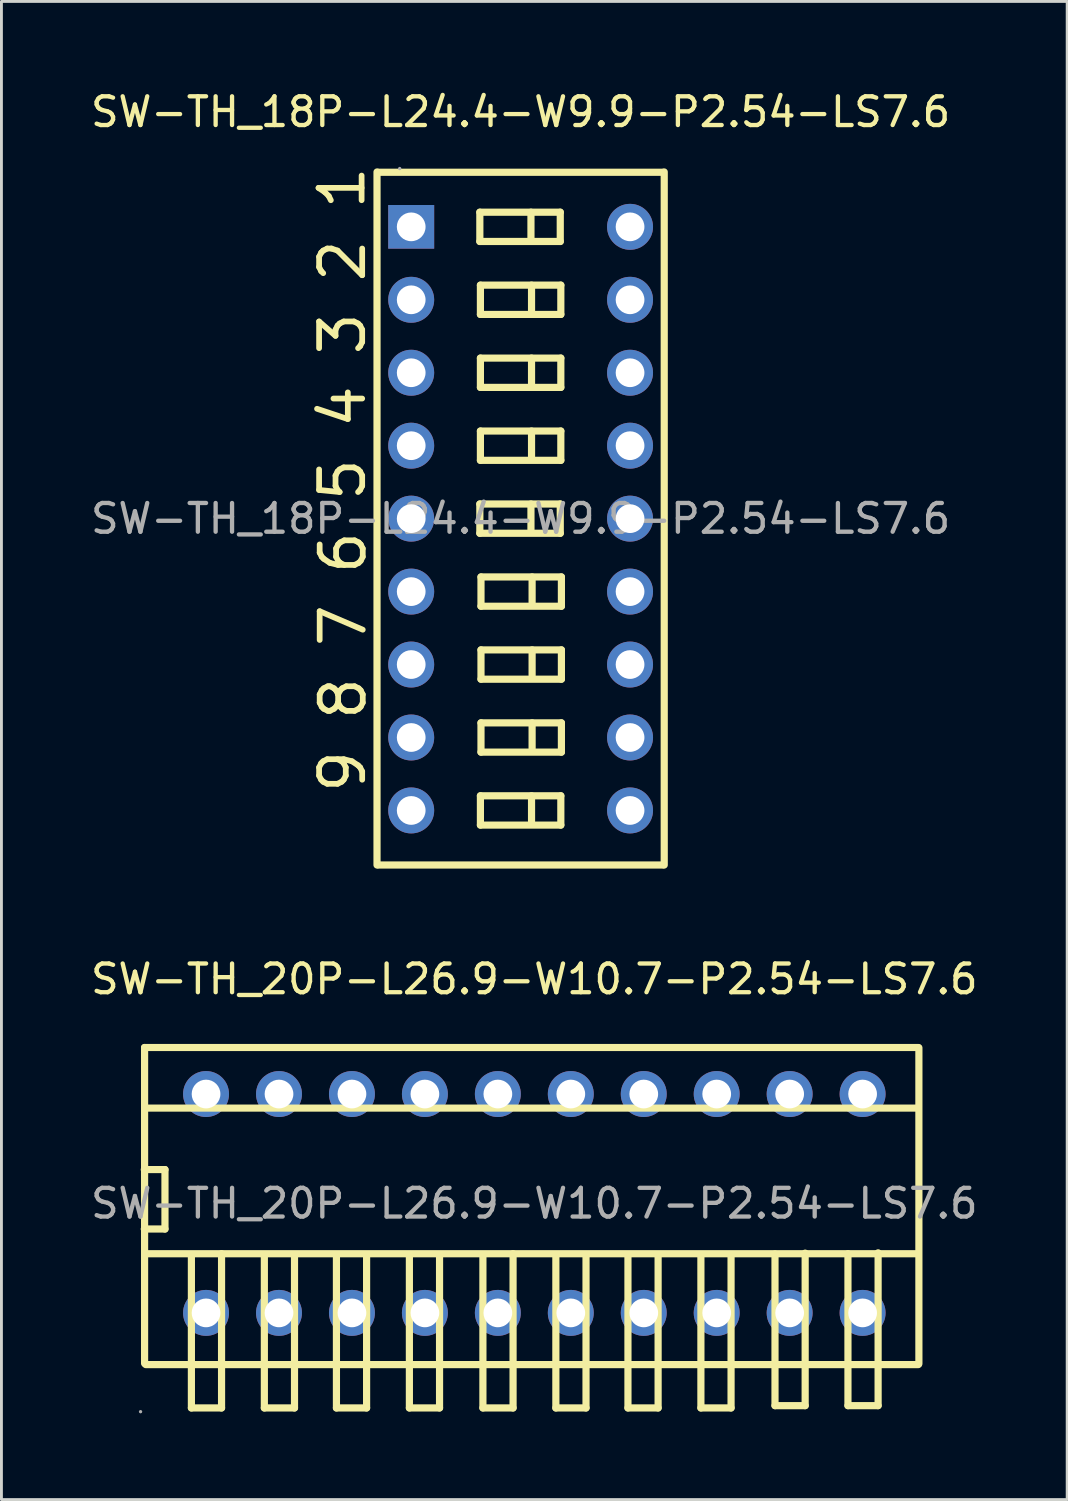
<source format=kicad_pcb>
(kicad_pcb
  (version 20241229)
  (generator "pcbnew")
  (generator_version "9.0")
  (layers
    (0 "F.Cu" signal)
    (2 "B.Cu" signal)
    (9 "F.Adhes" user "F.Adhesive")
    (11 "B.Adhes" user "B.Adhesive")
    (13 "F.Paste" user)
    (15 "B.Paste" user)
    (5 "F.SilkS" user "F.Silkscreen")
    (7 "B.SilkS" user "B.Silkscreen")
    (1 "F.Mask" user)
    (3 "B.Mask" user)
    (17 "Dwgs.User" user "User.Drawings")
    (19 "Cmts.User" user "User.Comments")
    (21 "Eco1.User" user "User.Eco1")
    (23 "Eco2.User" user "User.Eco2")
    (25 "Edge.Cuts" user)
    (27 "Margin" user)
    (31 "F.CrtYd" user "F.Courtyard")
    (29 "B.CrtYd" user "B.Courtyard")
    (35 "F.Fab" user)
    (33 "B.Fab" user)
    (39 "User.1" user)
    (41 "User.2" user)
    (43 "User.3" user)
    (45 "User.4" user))
  (footprint "SW-TH_20P-L26.9-W10.7-P2.54-LS7.6"
    (layer "F.Cu")
    (at 15.554 38.852)
    (property "Reference" "SW-TH_20P-L26.9-W10.7-P2.54-LS7.6" (at 0 -7.81 0) (layer "F.SilkS") (effects (font (size 1 1) (thickness 0.15))))
    (attr through_hole)
    (fp_line (start -13.58 -1.18) (end -12.86 -1.18) (stroke (width 0.25) (type solid)) (layer "F.SilkS"))
    (fp_line (start -13.57 -5.43) (end -13.57 5.57) (stroke (width 0.25) (type solid)) (layer "F.SilkS"))
    (fp_line (start -13.57 -5.43) (end 13.37 -5.43) (stroke (width 0.25) (type solid)) (layer "F.SilkS"))
    (fp_line (start -13.53 1.75) (end 13.37 1.75) (stroke (width 0.25) (type solid)) (layer "F.SilkS"))
    (fp_line (start -13.52 -3.32) (end 13.37 -3.32) (stroke (width 0.25) (type solid)) (layer "F.SilkS"))
    (fp_line (start -12.86 -1.18) (end -12.86 0.89) (stroke (width 0.25) (type solid)) (layer "F.SilkS"))
    (fp_line (start -12.86 0.89) (end -13.58 0.89) (stroke (width 0.25) (type solid)) (layer "F.SilkS"))
    (fp_line (start -11.94 1.78) (end -11.94 7.12) (stroke (width 0.25) (type solid)) (layer "F.SilkS"))
    (fp_line (start -11.94 7.12) (end -10.89 7.12) (stroke (width 0.25) (type solid)) (layer "F.SilkS"))
    (fp_line (start -10.89 7.12) (end -10.89 1.75) (stroke (width 0.25) (type solid)) (layer "F.SilkS"))
    (fp_line (start -9.4 1.83) (end -9.4 7.12) (stroke (width 0.25) (type solid)) (layer "F.SilkS"))
    (fp_line (start -9.4 7.12) (end -8.35 7.12) (stroke (width 0.25) (type solid)) (layer "F.SilkS"))
    (fp_line (start -8.35 7.12) (end -8.35 1.8) (stroke (width 0.25) (type solid)) (layer "F.SilkS"))
    (fp_line (start -6.89 1.84) (end -6.89 7.12) (stroke (width 0.25) (type solid)) (layer "F.SilkS"))
    (fp_line (start -6.89 7.12) (end -5.84 7.12) (stroke (width 0.25) (type solid)) (layer "F.SilkS"))
    (fp_line (start -5.84 7.12) (end -5.84 1.81) (stroke (width 0.25) (type solid)) (layer "F.SilkS"))
    (fp_line (start -4.35 1.83) (end -4.35 7.12) (stroke (width 0.25) (type solid)) (layer "F.SilkS"))
    (fp_line (start -4.35 7.12) (end -3.3 7.12) (stroke (width 0.25) (type solid)) (layer "F.SilkS"))
    (fp_line (start -3.3 7.12) (end -3.3 1.8) (stroke (width 0.25) (type solid)) (layer "F.SilkS"))
    (fp_line (start -1.79 1.78) (end -1.79 7.12) (stroke (width 0.25) (type solid)) (layer "F.SilkS"))
    (fp_line (start -1.79 7.12) (end -0.74 7.12) (stroke (width 0.25) (type solid)) (layer "F.SilkS"))
    (fp_line (start -0.74 7.12) (end -0.74 1.75) (stroke (width 0.25) (type solid)) (layer "F.SilkS"))
    (fp_line (start 0.75 1.83) (end 0.75 7.12) (stroke (width 0.25) (type solid)) (layer "F.SilkS"))
    (fp_line (start 0.75 7.12) (end 1.8 7.12) (stroke (width 0.25) (type solid)) (layer "F.SilkS"))
    (fp_line (start 1.8 7.12) (end 1.8 1.8) (stroke (width 0.25) (type solid)) (layer "F.SilkS"))
    (fp_line (start 3.26 1.84) (end 3.26 7.12) (stroke (width 0.25) (type solid)) (layer "F.SilkS"))
    (fp_line (start 3.26 7.12) (end 4.31 7.12) (stroke (width 0.25) (type solid)) (layer "F.SilkS"))
    (fp_line (start 4.31 7.12) (end 4.31 1.81) (stroke (width 0.25) (type solid)) (layer "F.SilkS"))
    (fp_line (start 5.8 1.83) (end 5.8 7.12) (stroke (width 0.25) (type solid)) (layer "F.SilkS"))
    (fp_line (start 5.8 7.12) (end 6.85 7.12) (stroke (width 0.25) (type solid)) (layer "F.SilkS"))
    (fp_line (start 6.85 7.12) (end 6.85 1.8) (stroke (width 0.25) (type solid)) (layer "F.SilkS"))
    (fp_line (start 8.38 1.76) (end 8.38 7.04) (stroke (width 0.25) (type solid)) (layer "F.SilkS"))
    (fp_line (start 8.38 7.04) (end 9.43 7.04) (stroke (width 0.25) (type solid)) (layer "F.SilkS"))
    (fp_line (start 9.43 7.04) (end 9.43 1.73) (stroke (width 0.25) (type solid)) (layer "F.SilkS"))
    (fp_line (start 10.92 1.75) (end 10.92 7.04) (stroke (width 0.25) (type solid)) (layer "F.SilkS"))
    (fp_line (start 10.92 7.04) (end 11.97 7.04) (stroke (width 0.25) (type solid)) (layer "F.SilkS"))
    (fp_line (start 11.97 7.04) (end 11.97 1.72) (stroke (width 0.25) (type solid)) (layer "F.SilkS"))
    (fp_line (start 13.37 5.61) (end -13.53 5.61) (stroke (width 0.25) (type solid)) (layer "F.SilkS"))
    (fp_line (start 13.39 5.58) (end 13.39 -5.42) (stroke (width 0.25) (type solid)) (layer "F.SilkS"))
    (fp_circle (center -13.71 7.25) (end -13.68 7.25) (stroke (width 0.06) (type solid)) (fill no) (layer "F.Fab"))
    (fp_circle (center -11.43 -3.81) (end -11.23 -3.81) (stroke (width 0.4) (type solid)) (fill no) (layer "F.Fab"))
    (fp_circle (center -11.43 3.81) (end -11.23 3.81) (stroke (width 0.4) (type solid)) (fill no) (layer "F.Fab"))
    (fp_circle (center -8.89 -3.81) (end -8.69 -3.81) (stroke (width 0.4) (type solid)) (fill no) (layer "F.Fab"))
    (fp_circle (center -8.89 3.81) (end -8.69 3.81) (stroke (width 0.4) (type solid)) (fill no) (layer "F.Fab"))
    (fp_circle (center -6.35 -3.81) (end -6.15 -3.81) (stroke (width 0.4) (type solid)) (fill no) (layer "F.Fab"))
    (fp_circle (center -6.35 3.81) (end -6.15 3.81) (stroke (width 0.4) (type solid)) (fill no) (layer "F.Fab"))
    (fp_circle (center -3.81 -3.81) (end -3.61 -3.81) (stroke (width 0.4) (type solid)) (fill no) (layer "F.Fab"))
    (fp_circle (center -3.81 3.81) (end -3.61 3.81) (stroke (width 0.4) (type solid)) (fill no) (layer "F.Fab"))
    (fp_circle (center -1.27 -3.81) (end -1.07 -3.81) (stroke (width 0.4) (type solid)) (fill no) (layer "F.Fab"))
    (fp_circle (center -1.27 3.81) (end -1.07 3.81) (stroke (width 0.4) (type solid)) (fill no) (layer "F.Fab"))
    (fp_circle (center 1.27 -3.81) (end 1.47 -3.81) (stroke (width 0.4) (type solid)) (fill no) (layer "F.Fab"))
    (fp_circle (center 1.27 3.81) (end 1.47 3.81) (stroke (width 0.4) (type solid)) (fill no) (layer "F.Fab"))
    (fp_circle (center 3.81 -3.81) (end 4.01 -3.81) (stroke (width 0.4) (type solid)) (fill no) (layer "F.Fab"))
    (fp_circle (center 3.81 3.81) (end 4.01 3.81) (stroke (width 0.4) (type solid)) (fill no) (layer "F.Fab"))
    (fp_circle (center 6.35 -3.81) (end 6.55 -3.81) (stroke (width 0.4) (type solid)) (fill no) (layer "F.Fab"))
    (fp_circle (center 6.35 3.81) (end 6.55 3.81) (stroke (width 0.4) (type solid)) (fill no) (layer "F.Fab"))
    (fp_circle (center 8.89 -3.81) (end 9.09 -3.81) (stroke (width 0.4) (type solid)) (fill no) (layer "F.Fab"))
    (fp_circle (center 8.89 3.81) (end 9.09 3.81) (stroke (width 0.4) (type solid)) (fill no) (layer "F.Fab"))
    (fp_circle (center 11.43 -3.81) (end 11.63 -3.81) (stroke (width 0.4) (type solid)) (fill no) (layer "F.Fab"))
    (fp_circle (center 11.43 3.81) (end 11.63 3.81) (stroke (width 0.4) (type solid)) (fill no) (layer "F.Fab"))
    (fp_text user "${REFERENCE}" (at 0 0 0) (layer "F.Fab") (effects (font (size 1 1) (thickness 0.15))))
    (pad "1" thru_hole circle (at -11.43 3.81) (size 1.6 1.6) (drill 1) (layers "*.Cu" "*.Paste" "*.Mask"))
    (pad "2" thru_hole circle (at -8.89 3.81) (size 1.6 1.6) (drill 1) (layers "*.Cu" "*.Paste" "*.Mask"))
    (pad "3" thru_hole circle (at -6.35 3.81) (size 1.6 1.6) (drill 1) (layers "*.Cu" "*.Paste" "*.Mask"))
    (pad "4" thru_hole circle (at -3.81 3.81) (size 1.6 1.6) (drill 1) (layers "*.Cu" "*.Paste" "*.Mask"))
    (pad "5" thru_hole circle (at -1.27 3.81) (size 1.6 1.6) (drill 1) (layers "*.Cu" "*.Paste" "*.Mask"))
    (pad "6" thru_hole circle (at 1.27 3.81) (size 1.6 1.6) (drill 1) (layers "*.Cu" "*.Paste" "*.Mask"))
    (pad "7" thru_hole circle (at 3.81 3.81) (size 1.6 1.6) (drill 1) (layers "*.Cu" "*.Paste" "*.Mask"))
    (pad "8" thru_hole circle (at 6.35 3.81) (size 1.6 1.6) (drill 1) (layers "*.Cu" "*.Paste" "*.Mask"))
    (pad "9" thru_hole circle (at 8.89 3.81) (size 1.6 1.6) (drill 1) (layers "*.Cu" "*.Paste" "*.Mask"))
    (pad "10" thru_hole circle (at 11.43 3.81) (size 1.6 1.6) (drill 1) (layers "*.Cu" "*.Paste" "*.Mask"))
    (pad "11" thru_hole circle (at 11.43 -3.81) (size 1.6 1.6) (drill 1) (layers "*.Cu" "*.Paste" "*.Mask"))
    (pad "12" thru_hole circle (at 8.89 -3.81) (size 1.6 1.6) (drill 1) (layers "*.Cu" "*.Paste" "*.Mask"))
    (pad "13" thru_hole circle (at 6.35 -3.81) (size 1.6 1.6) (drill 1) (layers "*.Cu" "*.Paste" "*.Mask"))
    (pad "14" thru_hole circle (at 3.81 -3.81) (size 1.6 1.6) (drill 1) (layers "*.Cu" "*.Paste" "*.Mask"))
    (pad "15" thru_hole circle (at 1.27 -3.81) (size 1.6 1.6) (drill 1) (layers "*.Cu" "*.Paste" "*.Mask"))
    (pad "16" thru_hole circle (at -1.27 -3.81) (size 1.6 1.6) (drill 1) (layers "*.Cu" "*.Paste" "*.Mask"))
    (pad "17" thru_hole circle (at -3.81 -3.81) (size 1.6 1.6) (drill 1) (layers "*.Cu" "*.Paste" "*.Mask"))
    (pad "18" thru_hole circle (at -6.35 -3.81) (size 1.6 1.6) (drill 1) (layers "*.Cu" "*.Paste" "*.Mask"))
    (pad "19" thru_hole circle (at -8.89 -3.81) (size 1.6 1.6) (drill 1) (layers "*.Cu" "*.Paste" "*.Mask"))
    (pad "20" thru_hole circle (at -11.43 -3.81) (size 1.6 1.6) (drill 1) (layers "*.Cu" "*.Paste" "*.Mask")))
  (footprint "SW-TH_18P-L24.4-W9.9-P2.54-LS7.6"
    (layer "F.Cu")
    (at 15.077 15.008)
    (property "Reference" "SW-TH_18P-L24.4-W9.9-P2.54-LS7.6" (at 0 -14.16 0) (layer "F.SilkS") (effects (font (size 1 1) (thickness 0.15))))
    (attr through_hole)
    (fp_line (start -5 -12.07) (end -5 12.06) (stroke (width 0.25) (type solid)) (layer "F.SilkS"))
    (fp_line (start -4.95 -12.06) (end 4.95 -12.06) (stroke (width 0.25) (type solid)) (layer "F.SilkS"))
    (fp_line (start -4.95 12.06) (end 4.95 12.06) (stroke (width 0.25) (type solid)) (layer "F.SilkS"))
    (fp_line (start -1.42 -10.67) (end -1.42 -9.65) (stroke (width 0.25) (type solid)) (layer "F.SilkS"))
    (fp_line (start -1.42 -9.65) (end 1.38 -9.65) (stroke (width 0.25) (type solid)) (layer "F.SilkS"))
    (fp_line (start -1.42 -0.51) (end -1.42 0.51) (stroke (width 0.25) (type solid)) (layer "F.SilkS"))
    (fp_line (start -1.42 0.51) (end 1.38 0.51) (stroke (width 0.25) (type solid)) (layer "F.SilkS"))
    (fp_line (start -1.4 -8.13) (end -1.4 -7.11) (stroke (width 0.25) (type solid)) (layer "F.SilkS"))
    (fp_line (start -1.4 -7.11) (end 1.4 -7.11) (stroke (width 0.25) (type solid)) (layer "F.SilkS"))
    (fp_line (start -1.4 -5.59) (end -1.4 -4.57) (stroke (width 0.25) (type solid)) (layer "F.SilkS"))
    (fp_line (start -1.4 -4.57) (end 1.4 -4.57) (stroke (width 0.25) (type solid)) (layer "F.SilkS"))
    (fp_line (start -1.4 -3.05) (end -1.4 -2.03) (stroke (width 0.25) (type solid)) (layer "F.SilkS"))
    (fp_line (start -1.4 -2.03) (end 1.4 -2.03) (stroke (width 0.25) (type solid)) (layer "F.SilkS"))
    (fp_line (start -1.4 9.65) (end -1.4 10.67) (stroke (width 0.25) (type solid)) (layer "F.SilkS"))
    (fp_line (start -1.4 10.67) (end 1.4 10.67) (stroke (width 0.25) (type solid)) (layer "F.SilkS"))
    (fp_line (start -1.38 2.03) (end -1.38 3.05) (stroke (width 0.25) (type solid)) (layer "F.SilkS"))
    (fp_line (start -1.38 3.05) (end 1.42 3.05) (stroke (width 0.25) (type solid)) (layer "F.SilkS"))
    (fp_line (start -1.38 4.57) (end -1.38 5.59) (stroke (width 0.25) (type solid)) (layer "F.SilkS"))
    (fp_line (start -1.38 5.59) (end 1.42 5.59) (stroke (width 0.25) (type solid)) (layer "F.SilkS"))
    (fp_line (start -1.38 7.11) (end -1.38 8.13) (stroke (width 0.25) (type solid)) (layer "F.SilkS"))
    (fp_line (start -1.38 8.13) (end 1.42 8.13) (stroke (width 0.25) (type solid)) (layer "F.SilkS"))
    (fp_line (start 0.36 -10.67) (end 0.36 -9.78) (stroke (width 0.25) (type solid)) (layer "F.SilkS"))
    (fp_line (start 0.36 -0.51) (end 0.36 0.38) (stroke (width 0.25) (type solid)) (layer "F.SilkS"))
    (fp_line (start 0.38 -8.13) (end 0.38 -7.24) (stroke (width 0.25) (type solid)) (layer "F.SilkS"))
    (fp_line (start 0.38 -5.59) (end 0.38 -4.7) (stroke (width 0.25) (type solid)) (layer "F.SilkS"))
    (fp_line (start 0.38 -3.05) (end 0.38 -2.16) (stroke (width 0.25) (type solid)) (layer "F.SilkS"))
    (fp_line (start 0.38 9.65) (end 0.38 10.54) (stroke (width 0.25) (type solid)) (layer "F.SilkS"))
    (fp_line (start 0.4 2.03) (end 0.4 2.92) (stroke (width 0.25) (type solid)) (layer "F.SilkS"))
    (fp_line (start 0.4 4.57) (end 0.4 5.46) (stroke (width 0.25) (type solid)) (layer "F.SilkS"))
    (fp_line (start 0.4 7.11) (end 0.4 8) (stroke (width 0.25) (type solid)) (layer "F.SilkS"))
    (fp_line (start 1.38 -10.67) (end -1.42 -10.67) (stroke (width 0.25) (type solid)) (layer "F.SilkS"))
    (fp_line (start 1.38 -9.65) (end 1.38 -10.67) (stroke (width 0.25) (type solid)) (layer "F.SilkS"))
    (fp_line (start 1.38 -0.51) (end -1.42 -0.51) (stroke (width 0.25) (type solid)) (layer "F.SilkS"))
    (fp_line (start 1.38 0.51) (end 1.38 -0.51) (stroke (width 0.25) (type solid)) (layer "F.SilkS"))
    (fp_line (start 1.4 -8.13) (end -1.4 -8.13) (stroke (width 0.25) (type solid)) (layer "F.SilkS"))
    (fp_line (start 1.4 -7.11) (end 1.4 -8.13) (stroke (width 0.25) (type solid)) (layer "F.SilkS"))
    (fp_line (start 1.4 -5.59) (end -1.4 -5.59) (stroke (width 0.25) (type solid)) (layer "F.SilkS"))
    (fp_line (start 1.4 -4.57) (end 1.4 -5.59) (stroke (width 0.25) (type solid)) (layer "F.SilkS"))
    (fp_line (start 1.4 -3.05) (end -1.4 -3.05) (stroke (width 0.25) (type solid)) (layer "F.SilkS"))
    (fp_line (start 1.4 -2.03) (end 1.4 -3.05) (stroke (width 0.25) (type solid)) (layer "F.SilkS"))
    (fp_line (start 1.4 9.65) (end -1.4 9.65) (stroke (width 0.25) (type solid)) (layer "F.SilkS"))
    (fp_line (start 1.4 10.67) (end 1.4 9.65) (stroke (width 0.25) (type solid)) (layer "F.SilkS"))
    (fp_line (start 1.42 2.03) (end -1.38 2.03) (stroke (width 0.25) (type solid)) (layer "F.SilkS"))
    (fp_line (start 1.42 3.05) (end 1.42 2.03) (stroke (width 0.25) (type solid)) (layer "F.SilkS"))
    (fp_line (start 1.42 4.57) (end -1.38 4.57) (stroke (width 0.25) (type solid)) (layer "F.SilkS"))
    (fp_line (start 1.42 5.59) (end 1.42 4.57) (stroke (width 0.25) (type solid)) (layer "F.SilkS"))
    (fp_line (start 1.42 7.11) (end -1.38 7.11) (stroke (width 0.25) (type solid)) (layer "F.SilkS"))
    (fp_line (start 1.42 8.13) (end 1.42 7.11) (stroke (width 0.25) (type solid)) (layer "F.SilkS"))
    (fp_line (start 5 -12.07) (end 5 12.06) (stroke (width 0.25) (type solid)) (layer "F.SilkS"))
    (fp_circle (center -4.21 -12.19) (end -4.18 -12.19) (stroke (width 0.06) (type solid)) (fill no) (layer "F.Fab"))
    (fp_circle (center -3.81 -10.16) (end -3.61 -10.16) (stroke (width 0.4) (type solid)) (fill no) (layer "F.Fab"))
    (fp_circle (center -3.81 -7.62) (end -3.61 -7.62) (stroke (width 0.4) (type solid)) (fill no) (layer "F.Fab"))
    (fp_circle (center -3.81 -5.08) (end -3.61 -5.08) (stroke (width 0.4) (type solid)) (fill no) (layer "F.Fab"))
    (fp_circle (center -3.81 -2.54) (end -3.61 -2.54) (stroke (width 0.4) (type solid)) (fill no) (layer "F.Fab"))
    (fp_circle (center -3.81 0) (end -3.61 0) (stroke (width 0.4) (type solid)) (fill no) (layer "F.Fab"))
    (fp_circle (center -3.81 2.54) (end -3.61 2.54) (stroke (width 0.4) (type solid)) (fill no) (layer "F.Fab"))
    (fp_circle (center -3.81 5.08) (end -3.61 5.08) (stroke (width 0.4) (type solid)) (fill no) (layer "F.Fab"))
    (fp_circle (center -3.81 7.62) (end -3.61 7.62) (stroke (width 0.4) (type solid)) (fill no) (layer "F.Fab"))
    (fp_circle (center -3.81 10.16) (end -3.61 10.16) (stroke (width 0.4) (type solid)) (fill no) (layer "F.Fab"))
    (fp_circle (center 3.81 -10.16) (end 4.01 -10.16) (stroke (width 0.4) (type solid)) (fill no) (layer "F.Fab"))
    (fp_circle (center 3.81 -7.62) (end 4.01 -7.62) (stroke (width 0.4) (type solid)) (fill no) (layer "F.Fab"))
    (fp_circle (center 3.81 -5.08) (end 4.01 -5.08) (stroke (width 0.4) (type solid)) (fill no) (layer "F.Fab"))
    (fp_circle (center 3.81 -2.54) (end 4.01 -2.54) (stroke (width 0.4) (type solid)) (fill no) (layer "F.Fab"))
    (fp_circle (center 3.81 0) (end 4.01 0) (stroke (width 0.4) (type solid)) (fill no) (layer "F.Fab"))
    (fp_circle (center 3.81 2.54) (end 4.01 2.54) (stroke (width 0.4) (type solid)) (fill no) (layer "F.Fab"))
    (fp_circle (center 3.81 5.08) (end 4.01 5.08) (stroke (width 0.4) (type solid)) (fill no) (layer "F.Fab"))
    (fp_circle (center 3.81 7.62) (end 4.01 7.62) (stroke (width 0.4) (type solid)) (fill no) (layer "F.Fab"))
    (fp_circle (center 3.81 10.16) (end 4.01 10.16) (stroke (width 0.4) (type solid)) (fill no) (layer "F.Fab"))
    (fp_text user "4" (at -6.2 -3.05 270) (layer "F.SilkS") (effects (font (size 1.5 1.5) (thickness 0.2)) (justify left)))
    (fp_text user "1" (at -6.22 -10.67 270) (layer "F.SilkS") (effects (font (size 1.5 1.5) (thickness 0.2)) (justify left)))
    (fp_text user "2" (at -6.2 -8.13 270) (layer "F.SilkS") (effects (font (size 1.5 1.5) (thickness 0.2)) (justify left)))
    (fp_text user "3" (at -6.2 -5.59 270) (layer "F.SilkS") (effects (font (size 1.5 1.5) (thickness 0.2)) (justify left)))
    (fp_text user "9" (at -6.2 9.65 270) (layer "F.SilkS") (effects (font (size 1.5 1.5) (thickness 0.2)) (justify left)))
    (fp_text user "5" (at -6.2 -0.51 270) (layer "F.SilkS") (effects (font (size 1.5 1.5) (thickness 0.2)) (justify left)))
    (fp_text user "7" (at -6.18 4.57 270) (layer "F.SilkS") (effects (font (size 1.5 1.5) (thickness 0.2)) (justify left)))
    (fp_text user "6" (at -6.18 2.03 270) (layer "F.SilkS") (effects (font (size 1.5 1.5) (thickness 0.2)) (justify left)))
    (fp_text user "8" (at -6.18 7.11 270) (layer "F.SilkS") (effects (font (size 1.5 1.5) (thickness 0.2)) (justify left)))
    (fp_text user "${REFERENCE}" (at 0 0 0) (layer "F.Fab") (effects (font (size 1 1) (thickness 0.15))))
    (pad "1" thru_hole rect (at -3.81 -10.16) (size 1.6 1.52) (drill 1) (layers "*.Cu" "*.Paste" "*.Mask"))
    (pad "2" thru_hole circle (at -3.81 -7.62) (size 1.6 1.6) (drill 1) (layers "*.Cu" "*.Paste" "*.Mask"))
    (pad "3" thru_hole circle (at -3.81 -5.08) (size 1.6 1.6) (drill 1) (layers "*.Cu" "*.Paste" "*.Mask"))
    (pad "4" thru_hole circle (at -3.81 -2.54) (size 1.6 1.6) (drill 1) (layers "*.Cu" "*.Paste" "*.Mask"))
    (pad "5" thru_hole circle (at -3.81 0) (size 1.6 1.6) (drill 1) (layers "*.Cu" "*.Paste" "*.Mask"))
    (pad "6" thru_hole circle (at -3.81 2.54) (size 1.6 1.6) (drill 1) (layers "*.Cu" "*.Paste" "*.Mask"))
    (pad "7" thru_hole circle (at -3.81 5.08) (size 1.6 1.6) (drill 1) (layers "*.Cu" "*.Paste" "*.Mask"))
    (pad "8" thru_hole circle (at -3.81 7.62) (size 1.6 1.6) (drill 1) (layers "*.Cu" "*.Paste" "*.Mask"))
    (pad "9" thru_hole circle (at -3.81 10.16) (size 1.6 1.6) (drill 1) (layers "*.Cu" "*.Paste" "*.Mask"))
    (pad "10" thru_hole circle (at 3.81 10.16) (size 1.6 1.6) (drill 1) (layers "*.Cu" "*.Paste" "*.Mask"))
    (pad "11" thru_hole circle (at 3.81 7.62) (size 1.6 1.6) (drill 1) (layers "*.Cu" "*.Paste" "*.Mask"))
    (pad "12" thru_hole circle (at 3.81 5.08) (size 1.6 1.6) (drill 1) (layers "*.Cu" "*.Paste" "*.Mask"))
    (pad "13" thru_hole circle (at 3.81 2.54) (size 1.6 1.6) (drill 1) (layers "*.Cu" "*.Paste" "*.Mask"))
    (pad "14" thru_hole circle (at 3.81 0) (size 1.6 1.6) (drill 1) (layers "*.Cu" "*.Paste" "*.Mask"))
    (pad "15" thru_hole circle (at 3.81 -2.54) (size 1.6 1.6) (drill 1) (layers "*.Cu" "*.Paste" "*.Mask"))
    (pad "16" thru_hole circle (at 3.81 -5.08) (size 1.6 1.6) (drill 1) (layers "*.Cu" "*.Paste" "*.Mask"))
    (pad "17" thru_hole circle (at 3.81 -7.62) (size 1.6 1.6) (drill 1) (layers "*.Cu" "*.Paste" "*.Mask"))
    (pad "18" thru_hole circle (at 3.81 -10.16) (size 1.6 1.6) (drill 1) (layers "*.Cu" "*.Paste" "*.Mask")))
  (gr_rect
    (start -3 -3)
    (end 34.107 49.161)
    (stroke (width 0.1) (type default))
    (fill no)
    (layer "Edge.Cuts")))
</source>
